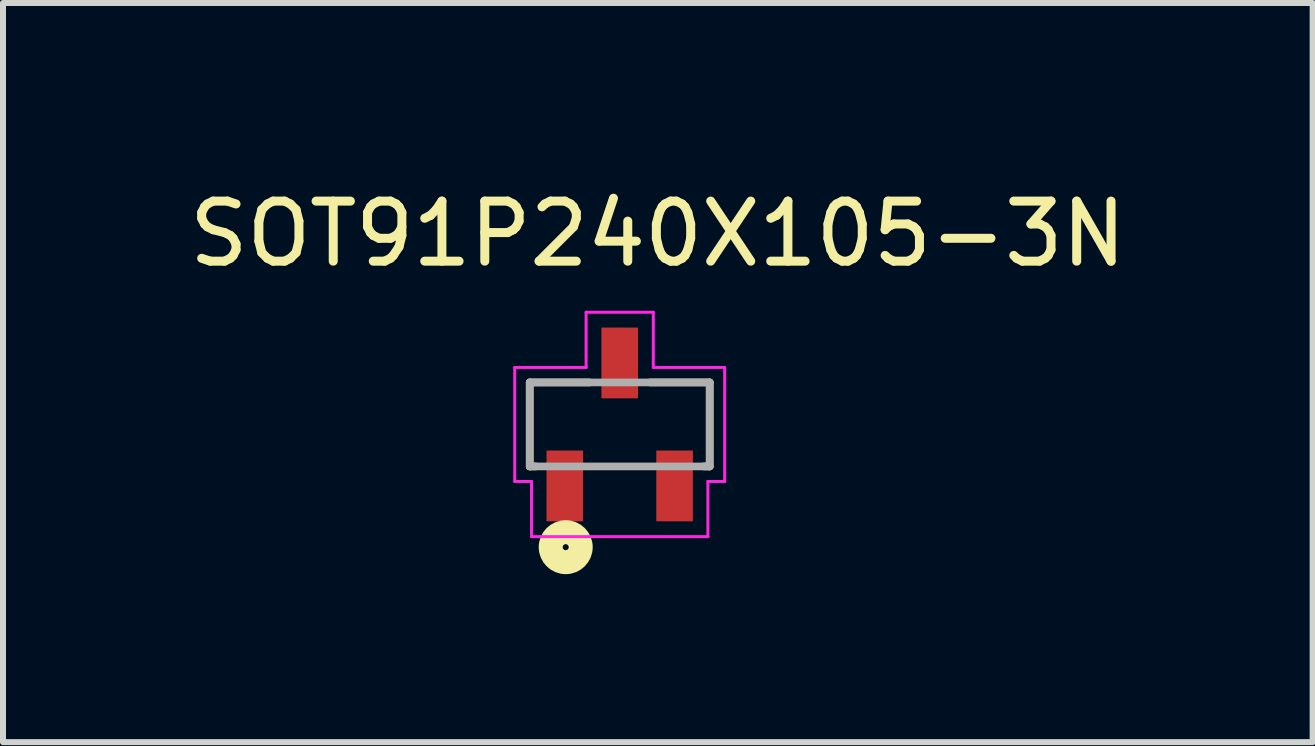
<source format=kicad_pcb>
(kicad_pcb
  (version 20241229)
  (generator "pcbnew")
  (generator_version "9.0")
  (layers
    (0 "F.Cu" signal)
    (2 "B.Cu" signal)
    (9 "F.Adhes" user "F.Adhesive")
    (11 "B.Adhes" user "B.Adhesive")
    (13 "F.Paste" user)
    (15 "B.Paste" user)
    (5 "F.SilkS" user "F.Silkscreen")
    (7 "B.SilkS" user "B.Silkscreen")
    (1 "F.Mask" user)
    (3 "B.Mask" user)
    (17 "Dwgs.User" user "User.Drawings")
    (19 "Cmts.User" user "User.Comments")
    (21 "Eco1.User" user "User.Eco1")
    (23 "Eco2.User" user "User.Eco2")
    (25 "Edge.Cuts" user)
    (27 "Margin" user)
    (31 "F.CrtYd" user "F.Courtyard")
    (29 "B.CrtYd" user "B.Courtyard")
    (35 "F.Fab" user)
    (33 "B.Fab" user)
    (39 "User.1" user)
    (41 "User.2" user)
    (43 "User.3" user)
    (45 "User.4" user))
  (footprint "SOT91P240X105-3N"
    (layer "F.Cu")
    (at 7.28 4.025)
    (property "Reference" "SOT91P240X105-3N" (at 0.635 -3.177 0) (layer "F.SilkS") (effects (font (size 1.001 1.001) (thickness 0.15))))
    (attr through_hole)
    (fp_line (start -1.5 -0.7) (end -1.5 0.7) (stroke (width 0.127) (type solid)) (layer "F.SilkS"))
    (fp_line (start -1.5 0.7) (end -1.4 0.7) (stroke (width 0.127) (type solid)) (layer "F.SilkS"))
    (fp_line (start -0.5 -0.7) (end -1.5 -0.7) (stroke (width 0.127) (type solid)) (layer "F.SilkS"))
    (fp_line (start 0.5 -0.7) (end 1.5 -0.7) (stroke (width 0.127) (type solid)) (layer "F.SilkS"))
    (fp_line (start 1.5 -0.7) (end 1.5 0.7) (stroke (width 0.127) (type solid)) (layer "F.SilkS"))
    (fp_line (start 1.5 0.7) (end 1.4 0.7) (stroke (width 0.127) (type solid)) (layer "F.SilkS"))
    (fp_circle (center -0.9 2.046) (end -0.85 2.046) (stroke (width 0.4) (type solid)) (fill no) (layer "F.SilkS"))
    (fp_line (start -1.75 -0.95) (end -0.56 -0.95) (stroke (width 0.05) (type solid)) (layer "F.CrtYd"))
    (fp_line (start -1.75 0.95) (end -1.75 -0.95) (stroke (width 0.05) (type solid)) (layer "F.CrtYd"))
    (fp_line (start -1.47 0.95) (end -1.75 0.95) (stroke (width 0.05) (type solid)) (layer "F.CrtYd"))
    (fp_line (start -1.47 1.87) (end -1.47 0.95) (stroke (width 0.05) (type solid)) (layer "F.CrtYd"))
    (fp_line (start -0.56 -1.87) (end 0.56 -1.87) (stroke (width 0.05) (type solid)) (layer "F.CrtYd"))
    (fp_line (start -0.56 -0.95) (end -0.56 -1.87) (stroke (width 0.05) (type solid)) (layer "F.CrtYd"))
    (fp_line (start 0.56 -1.87) (end 0.56 -0.95) (stroke (width 0.05) (type solid)) (layer "F.CrtYd"))
    (fp_line (start 0.56 -0.95) (end 1.75 -0.95) (stroke (width 0.05) (type solid)) (layer "F.CrtYd"))
    (fp_line (start 1.47 0.95) (end 1.47 1.87) (stroke (width 0.05) (type solid)) (layer "F.CrtYd"))
    (fp_line (start 1.47 1.87) (end -1.47 1.87) (stroke (width 0.05) (type solid)) (layer "F.CrtYd"))
    (fp_line (start 1.75 -0.95) (end 1.75 0.95) (stroke (width 0.05) (type solid)) (layer "F.CrtYd"))
    (fp_line (start 1.75 0.95) (end 1.47 0.95) (stroke (width 0.05) (type solid)) (layer "F.CrtYd"))
    (fp_line (start -1.5 -0.7) (end 1.5 -0.7) (stroke (width 0.127) (type solid)) (layer "F.Fab"))
    (fp_line (start -1.5 0.7) (end -1.5 -0.7) (stroke (width 0.127) (type solid)) (layer "F.Fab"))
    (fp_line (start 1.5 -0.7) (end 1.5 0.7) (stroke (width 0.127) (type solid)) (layer "F.Fab"))
    (fp_line (start 1.5 0.7) (end -1.5 0.7) (stroke (width 0.127) (type solid)) (layer "F.Fab"))
    (pad "1" smd rect (at -0.915 1.025 90) (size 1.18 0.61) (layers "F.Cu" "F.Mask" "F.Paste"))
    (pad "2" smd rect (at 0.915 1.025 90) (size 1.18 0.61) (layers "F.Cu" "F.Mask" "F.Paste"))
    (pad "3" smd rect (at 0 -1.025 90) (size 1.18 0.61) (layers "F.Cu" "F.Mask" "F.Paste")))
  (gr_rect
    (start -3 -3)
    (end 18.831 9.321)
    (stroke (width 0.1) (type default))
    (fill no)
    (layer "Edge.Cuts")))
</source>
